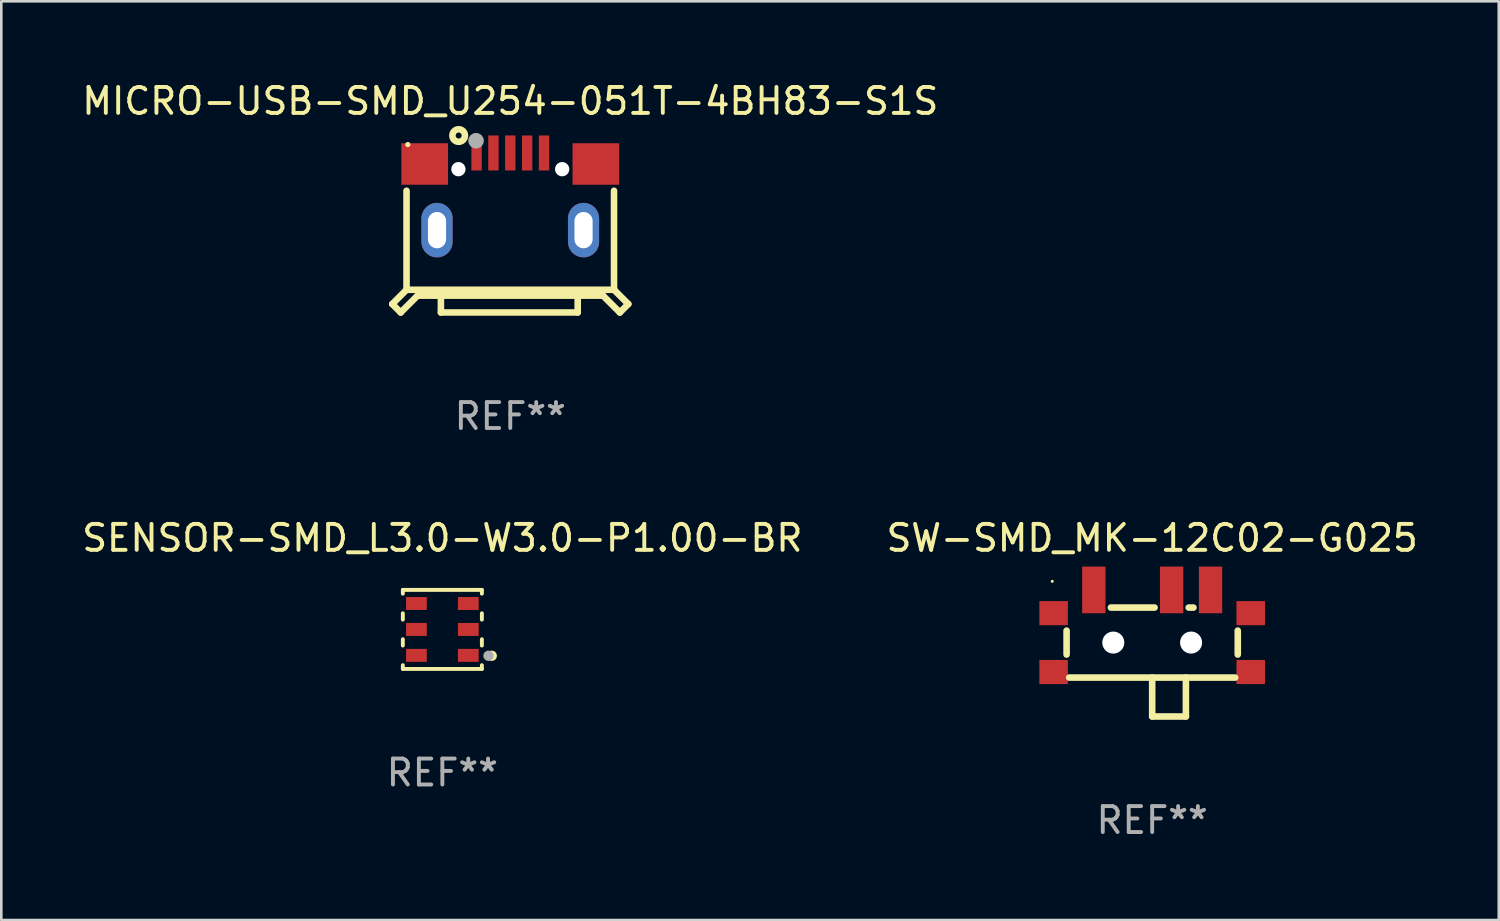
<source format=kicad_pcb>
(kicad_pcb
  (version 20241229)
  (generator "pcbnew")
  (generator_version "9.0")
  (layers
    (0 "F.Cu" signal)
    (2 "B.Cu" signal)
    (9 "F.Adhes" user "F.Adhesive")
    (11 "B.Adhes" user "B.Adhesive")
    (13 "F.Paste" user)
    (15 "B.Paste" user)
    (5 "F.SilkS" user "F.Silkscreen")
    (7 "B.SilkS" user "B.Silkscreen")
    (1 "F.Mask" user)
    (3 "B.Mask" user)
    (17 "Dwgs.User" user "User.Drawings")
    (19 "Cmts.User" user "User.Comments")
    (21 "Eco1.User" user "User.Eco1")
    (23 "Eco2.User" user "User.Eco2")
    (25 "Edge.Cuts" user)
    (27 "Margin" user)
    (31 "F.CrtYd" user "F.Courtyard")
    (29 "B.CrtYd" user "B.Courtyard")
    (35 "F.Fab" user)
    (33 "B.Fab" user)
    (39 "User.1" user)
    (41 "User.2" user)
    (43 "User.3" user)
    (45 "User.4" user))
  (footprint "MICRO-USB-SMD_U254-051T-4BH83-S1S"
    (layer "F.Cu")
    (at 16.625 4.336)
    (property "Reference" "MICRO-USB-SMD_U254-051T-4BH83-S1S" (at 0 -3.488 0) (layer "F.SilkS") (effects (font (size 1 1) (thickness 0.15))))
    (attr through_hole)
    (fp_line (start -4.55 4.337) (end -4.225 4.662) (stroke (width 0.254) (type solid)) (layer "F.SilkS"))
    (fp_line (start -4.225 4.662) (end -3.575 4.012) (stroke (width 0.254) (type solid)) (layer "F.SilkS"))
    (fp_line (start -4 3.787) (end -4.55 4.337) (stroke (width 0.254) (type solid)) (layer "F.SilkS"))
    (fp_line (start -4 3.787) (end -4 -0.031) (stroke (width 0.254) (type solid)) (layer "F.SilkS"))
    (fp_line (start -4 3.787) (end 4 3.787) (stroke (width 0.254) (type solid)) (layer "F.SilkS"))
    (fp_line (start -2.675 4.012) (end -2.675 4.662) (stroke (width 0.254) (type solid)) (layer "F.SilkS"))
    (fp_line (start -2.675 4.662) (end 2.6 4.662) (stroke (width 0.254) (type solid)) (layer "F.SilkS"))
    (fp_line (start 2.6 4.662) (end 2.6 4.012) (stroke (width 0.254) (type solid)) (layer "F.SilkS"))
    (fp_line (start 3.575 4.012) (end -3.575 4.012) (stroke (width 0.254) (type solid)) (layer "F.SilkS"))
    (fp_line (start 4 3.787) (end 4 -0.031) (stroke (width 0.254) (type solid)) (layer "F.SilkS"))
    (fp_line (start 4 3.787) (end 4.55 4.337) (stroke (width 0.254) (type solid)) (layer "F.SilkS"))
    (fp_line (start 4.225 4.662) (end 3.575 4.012) (stroke (width 0.254) (type solid)) (layer "F.SilkS"))
    (fp_line (start 4.55 4.337) (end 4.225 4.662) (stroke (width 0.254) (type solid)) (layer "F.SilkS"))
    (fp_circle (center -3.95 -1.813) (end -3.9 -1.813) (stroke (width 0.1) (type solid)) (fill no) (layer "F.SilkS"))
    (fp_circle (center -1.99 -2.16) (end -1.748 -2.16) (stroke (width 0.254) (type solid)) (fill no) (layer "F.SilkS"))
    (fp_circle (center -2 -0.863) (end -1.9 -0.863) (stroke (width 0.2) (type solid)) (fill no) (layer "F.Fab"))
    (fp_circle (center -1.32 -1.96) (end -1.17 -1.96) (stroke (width 0.3) (type solid)) (fill no) (layer "F.Fab"))
    (fp_circle (center 2 -0.863) (end 2.1 -0.863) (stroke (width 0.2) (type solid)) (fill no) (layer "F.Fab"))
    (fp_text user "REF**" (at 0 8.662 0) (layer "F.Fab") (effects (font (size 1 1) (thickness 0.15))))
    (pad "" np_thru_hole circle (at -2 -0.863) (size 0.55 0.55) (drill 0.55) (layers "*.Cu" "*.Mask"))
    (pad "" np_thru_hole circle (at 2 -0.863) (size 0.55 0.55) (drill 0.55) (layers "*.Cu" "*.Mask"))
    (pad "1" smd rect (at -1.3 -1.488) (size 0.4 1.35) (layers "F.Cu" "F.Mask" "F.Paste"))
    (pad "2" smd rect (at -0.65 -1.488) (size 0.4 1.35) (layers "F.Cu" "F.Mask" "F.Paste"))
    (pad "3" smd rect (at -0.000127 -1.488) (size 0.4 1.35) (layers "F.Cu" "F.Mask" "F.Paste"))
    (pad "4" smd rect (at 0.65 -1.488) (size 0.4 1.35) (layers "F.Cu" "F.Mask" "F.Paste"))
    (pad "5" smd rect (at 1.3 -1.488) (size 0.4 1.35) (layers "F.Cu" "F.Mask" "F.Paste"))
    (pad "6" smd rect (at -3.3 -1.063) (size 1.8 1.6) (layers "F.Cu" "F.Mask" "F.Paste"))
    (pad "6" thru_hole oval (at -2.825 1.487 90) (size 2.1 1.2) (drill oval 1.4 0.7) (layers "*.Cu" "*.Mask"))
    (pad "6" thru_hole oval (at 2.825 1.487 90) (size 2.1 1.2) (drill oval 1.4 0.7) (layers "*.Cu" "*.Mask"))
    (pad "6" smd rect (at 3.3 -1.063) (size 1.8 1.6) (layers "F.Cu" "F.Mask" "F.Paste")))
  (footprint "SENSOR-SMD_L3.0-W3.0-P1.00-BR"
    (layer "F.Cu")
    (at 14.006 21.219)
    (property "Reference" "SENSOR-SMD_L3.0-W3.0-P1.00-BR" (at 0.000076 -3.524 0) (layer "F.SilkS") (effects (font (size 1 1) (thickness 0.15))))
    (attr through_hole)
    (fp_line (start -1.524 -1.524) (end -1.524 -1.378) (stroke (width 0.15) (type solid)) (layer "F.SilkS"))
    (fp_line (start -1.524 -0.622) (end -1.524 -0.378) (stroke (width 0.15) (type solid)) (layer "F.SilkS"))
    (fp_line (start -1.524 0.378) (end -1.524 0.622) (stroke (width 0.15) (type solid)) (layer "F.SilkS"))
    (fp_line (start -1.524 1.378) (end -1.524 1.524) (stroke (width 0.15) (type solid)) (layer "F.SilkS"))
    (fp_line (start -1.524 1.524) (end 1.524 1.524) (stroke (width 0.15) (type solid)) (layer "F.SilkS"))
    (fp_line (start 1.524 -1.524) (end -1.524 -1.524) (stroke (width 0.15) (type solid)) (layer "F.SilkS"))
    (fp_line (start 1.524 -1.378) (end 1.524 -1.524) (stroke (width 0.15) (type solid)) (layer "F.SilkS"))
    (fp_line (start 1.524 -0.378) (end 1.524 -0.622) (stroke (width 0.15) (type solid)) (layer "F.SilkS"))
    (fp_line (start 1.524 0.622) (end 1.524 0.378) (stroke (width 0.15) (type solid)) (layer "F.SilkS"))
    (fp_line (start 1.524 1.524) (end 1.524 1.378) (stroke (width 0.15) (type solid)) (layer "F.SilkS"))
    (fp_circle (center 1.5 1.5) (end 1.53 1.5) (stroke (width 0.06) (type solid)) (fill no) (layer "F.SilkS"))
    (fp_circle (center 1.905 1.016) (end 2.005 1.016) (stroke (width 0.2) (type solid)) (fill no) (layer "F.SilkS"))
    (fp_circle (center 1.778 1.016) (end 1.878 1.016) (stroke (width 0.2) (type solid)) (fill no) (layer "F.Fab"))
    (fp_text user "REF**" (at 0.000076 5.524 0) (layer "F.Fab") (effects (font (size 1 1) (thickness 0.15))))
    (pad "1" smd rect (at 1 1 180) (size 0.8 0.5) (layers "F.Cu" "F.Mask" "F.Paste"))
    (pad "2" smd rect (at 1 -0.000025 180) (size 0.8 0.5) (layers "F.Cu" "F.Mask" "F.Paste"))
    (pad "3" smd rect (at 1 -1 180) (size 0.8 0.5) (layers "F.Cu" "F.Mask" "F.Paste"))
    (pad "4" smd rect (at -1 -1 180) (size 0.8 0.5) (layers "F.Cu" "F.Mask" "F.Paste"))
    (pad "5" smd rect (at -1 -0.000025 180) (size 0.8 0.5) (layers "F.Cu" "F.Mask" "F.Paste"))
    (pad "6" smd rect (at -1 1 180) (size 0.8 0.5) (layers "F.Cu" "F.Mask" "F.Paste")))
  (footprint "SW-SMD_MK-12C02-G025"
    (layer "F.Cu")
    (at 41.375 21.278)
    (property "Reference" "SW-SMD_MK-12C02-G025" (at 0 -3.583 0) (layer "F.SilkS") (effects (font (size 1 1) (thickness 0.15))))
    (attr through_hole)
    (fp_line (start -3.3 0.91) (end -3.3 -0.014) (stroke (width 0.254) (type solid)) (layer "F.SilkS"))
    (fp_line (start -0.000127 3.298) (end -0.000127 1.798) (stroke (width 0.254) (type solid)) (layer "F.SilkS"))
    (fp_line (start 0.092 -0.902) (end -1.592 -0.902) (stroke (width 0.254) (type solid)) (layer "F.SilkS"))
    (fp_line (start 1.3 1.798) (end 1.3 3.298) (stroke (width 0.254) (type solid)) (layer "F.SilkS"))
    (fp_line (start 1.3 3.298) (end -0.000127 3.298) (stroke (width 0.254) (type solid)) (layer "F.SilkS"))
    (fp_line (start 1.592 -0.902) (end 1.408 -0.902) (stroke (width 0.254) (type solid)) (layer "F.SilkS"))
    (fp_line (start 3.2 1.798) (end -3.2 1.798) (stroke (width 0.254) (type solid)) (layer "F.SilkS"))
    (fp_line (start 3.3 0.91) (end 3.3 -0.014) (stroke (width 0.254) (type solid)) (layer "F.SilkS"))
    (fp_circle (center -3.853 -1.913) (end -3.823 -1.913) (stroke (width 0.06) (type solid)) (fill no) (layer "F.SilkS"))
    (fp_circle (center -1.5 0.448) (end -1.3 0.448) (stroke (width 0.4) (type solid)) (fill no) (layer "F.Fab"))
    (fp_circle (center 1.5 0.448) (end 1.7 0.448) (stroke (width 0.4) (type solid)) (fill no) (layer "F.Fab"))
    (fp_text user "REF**" (at 0 7.298 0) (layer "F.Fab") (effects (font (size 1 1) (thickness 0.15))))
    (pad "" np_thru_hole circle (at -1.5 0.448) (size 0.85 0.85) (drill 0.85) (layers "*.Cu" "*.Mask"))
    (pad "" np_thru_hole circle (at 1.5 0.448) (size 0.85 0.85) (drill 0.85) (layers "*.Cu" "*.Mask"))
    (pad "1" smd rect (at -2.25 -1.583) (size 0.9 1.8) (layers "F.Cu" "F.Mask" "F.Paste"))
    (pad "2" smd rect (at 0.75 -1.583) (size 0.9 1.8) (layers "F.Cu" "F.Mask" "F.Paste"))
    (pad "3" smd rect (at 2.25 -1.583) (size 0.9 1.8) (layers "F.Cu" "F.Mask" "F.Paste"))
    (pad "4" smd rect (at 3.8 -0.687) (size 1.1 0.93) (layers "F.Cu" "F.Mask" "F.Paste"))
    (pad "5" smd rect (at 3.8 1.583) (size 1.1 0.93) (layers "F.Cu" "F.Mask" "F.Paste"))
    (pad "6" smd rect (at -3.8 1.583) (size 1.1 0.93) (layers "F.Cu" "F.Mask" "F.Paste"))
    (pad "7" smd rect (at -3.8 -0.687) (size 1.1 0.93) (layers "F.Cu" "F.Mask" "F.Paste")))
  (gr_rect
    (start -3 -3)
    (end 54.738 32.425)
    (stroke (width 0.1) (type default))
    (fill no)
    (layer "Edge.Cuts")))
</source>
